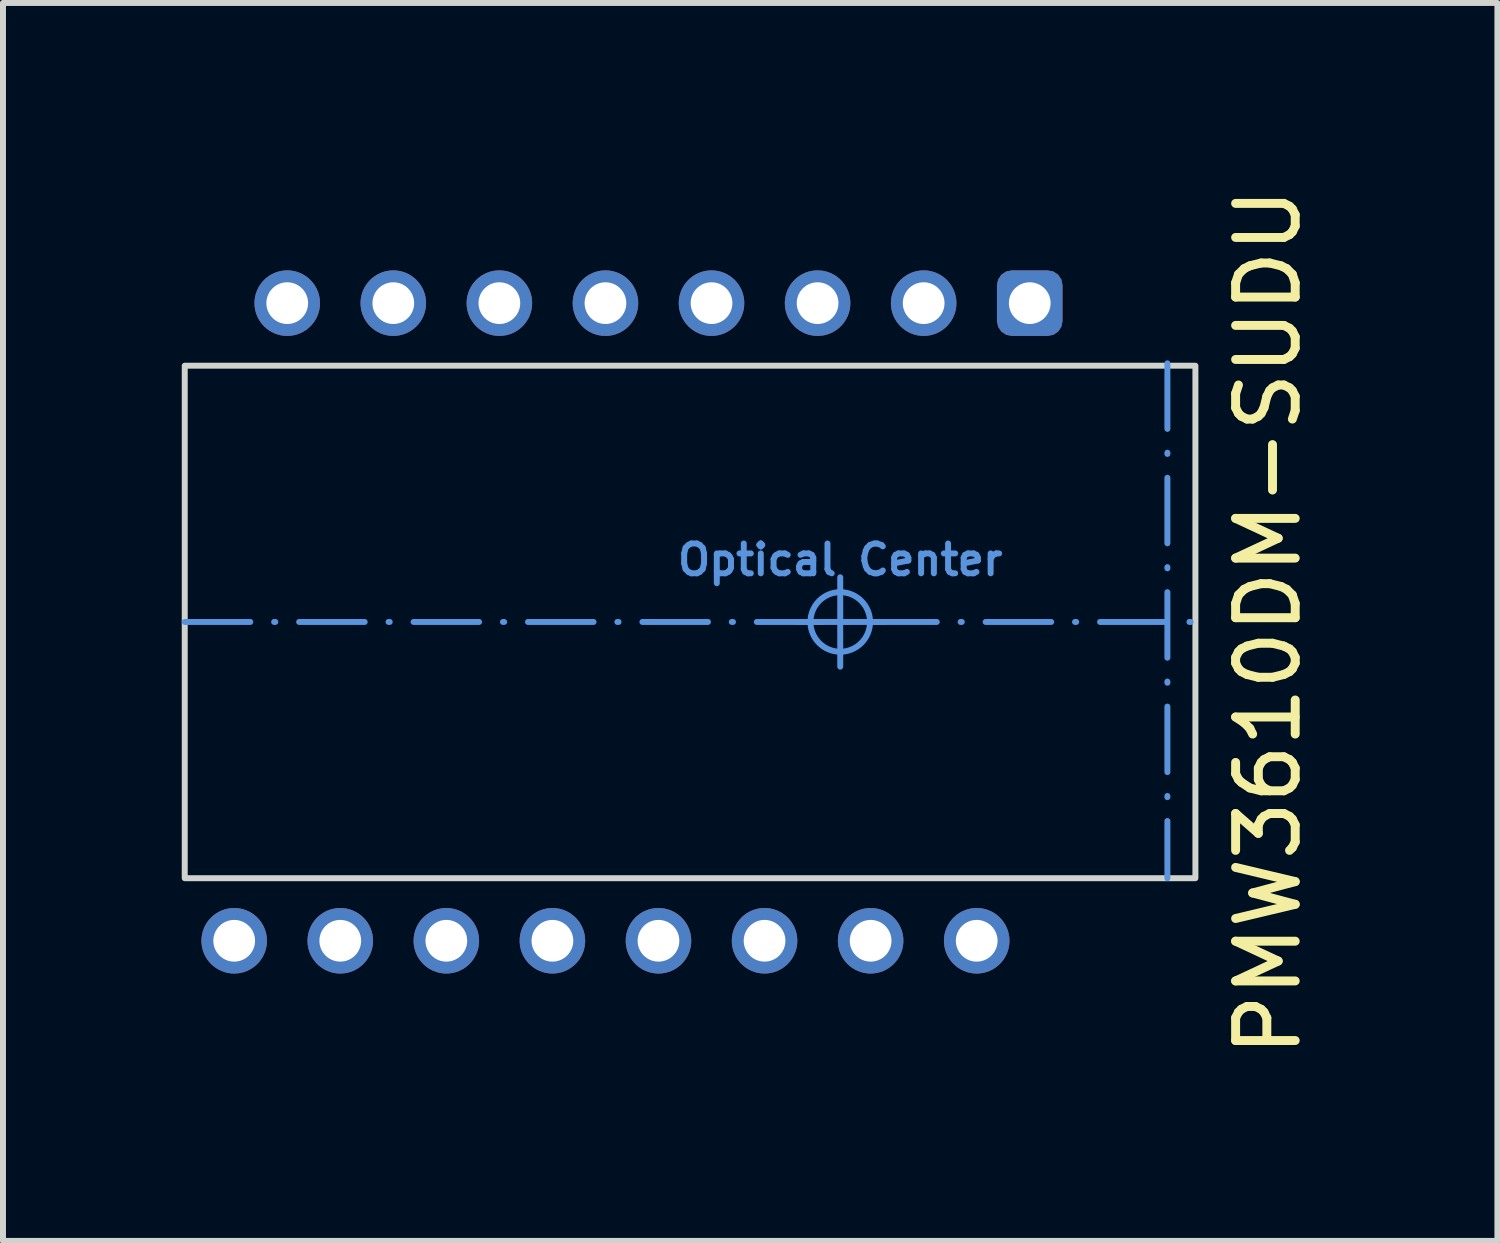
<source format=kicad_pcb>
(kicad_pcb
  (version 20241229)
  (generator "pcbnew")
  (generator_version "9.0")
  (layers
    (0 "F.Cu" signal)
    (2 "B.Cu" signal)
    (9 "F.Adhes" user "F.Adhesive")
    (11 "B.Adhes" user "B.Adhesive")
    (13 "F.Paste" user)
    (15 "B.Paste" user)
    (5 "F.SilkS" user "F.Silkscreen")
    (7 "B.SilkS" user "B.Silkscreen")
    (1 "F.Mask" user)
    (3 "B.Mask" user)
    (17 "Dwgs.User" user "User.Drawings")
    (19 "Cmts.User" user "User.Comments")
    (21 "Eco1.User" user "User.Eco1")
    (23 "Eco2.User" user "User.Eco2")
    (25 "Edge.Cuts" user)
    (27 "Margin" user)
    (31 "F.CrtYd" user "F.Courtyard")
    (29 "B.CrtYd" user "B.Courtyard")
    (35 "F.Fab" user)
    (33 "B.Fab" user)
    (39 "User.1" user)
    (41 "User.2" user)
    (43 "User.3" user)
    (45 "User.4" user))
  (footprint "PMW3610DM-SUDU"
    (layer "F.Cu")
    (at 14.23 2.037)
    (property "Reference" "PMW3610DM-SUDU" (at 4 5.35 270) (layer "F.SilkS") (effects (font (size 1 1) (thickness 0.15))))
    (attr through_hole)
    (fp_line (start -14.18 5.35) (end 2.78 5.35) (stroke (width 0.1) (type dash_dot)) (layer "Cmts.User"))
    (fp_line (start -3.93 5.35) (end -2.43 5.35) (stroke (width 0.1) (type default)) (layer "Cmts.User"))
    (fp_line (start -3.18 6.1) (end -3.18 4.6) (stroke (width 0.1) (type default)) (layer "Cmts.User"))
    (fp_line (start 2.31 1.01) (end 2.31 9.65) (stroke (width 0.1) (type dash_dot)) (layer "Cmts.User"))
    (fp_circle (center -3.18 5.35) (end -2.68 5.35) (stroke (width 0.1) (type solid)) (fill no) (layer "Cmts.User"))
    (fp_rect (start -14.18 1.05) (end 2.78 9.65) (stroke (width 0.1) (type default)) (fill no) (layer "Edge.Cuts"))
    (fp_text user "Optical Center" (at -3.18 4.6 0) (unlocked yes) (layer "Cmts.User") (effects (font (size 0.5 0.5) (thickness 0.1)) (justify bottom)))
    (pad "1" thru_hole roundrect (at 0 0 180) (size 1.1 1.1) (drill 0.7) (layers "*.Cu" "*.Mask") (roundrect_rratio 0.227))
    (pad "2" thru_hole circle (at -1.78 0 180) (size 1.1 1.1) (drill 0.7) (layers "*.Cu" "*.Mask"))
    (pad "3" thru_hole circle (at -3.56 0 180) (size 1.1 1.1) (drill 0.7) (layers "*.Cu" "*.Mask"))
    (pad "4" thru_hole circle (at -5.34 0 180) (size 1.1 1.1) (drill 0.7) (layers "*.Cu" "*.Mask"))
    (pad "5" thru_hole circle (at -7.12 0 180) (size 1.1 1.1) (drill 0.7) (layers "*.Cu" "*.Mask"))
    (pad "6" thru_hole circle (at -8.9 0 180) (size 1.1 1.1) (drill 0.7) (layers "*.Cu" "*.Mask"))
    (pad "7" thru_hole circle (at -10.68 0 180) (size 1.1 1.1) (drill 0.7) (layers "*.Cu" "*.Mask"))
    (pad "8" thru_hole circle (at -12.46 0 180) (size 1.1 1.1) (drill 0.7) (layers "*.Cu" "*.Mask"))
    (pad "9" thru_hole circle (at -13.35 10.7 180) (size 1.1 1.1) (drill 0.7) (layers "*.Cu" "*.Mask"))
    (pad "10" thru_hole circle (at -11.57 10.7 180) (size 1.1 1.1) (drill 0.7) (layers "*.Cu" "*.Mask"))
    (pad "11" thru_hole circle (at -9.79 10.7 180) (size 1.1 1.1) (drill 0.7) (layers "*.Cu" "*.Mask"))
    (pad "12" thru_hole circle (at -8.01 10.7 180) (size 1.1 1.1) (drill 0.7) (layers "*.Cu" "*.Mask"))
    (pad "13" thru_hole circle (at -6.23 10.7 180) (size 1.1 1.1) (drill 0.7) (layers "*.Cu" "*.Mask"))
    (pad "14" thru_hole circle (at -4.45 10.7 180) (size 1.1 1.1) (drill 0.7) (layers "*.Cu" "*.Mask"))
    (pad "15" thru_hole circle (at -2.67 10.7 180) (size 1.1 1.1) (drill 0.7) (layers "*.Cu" "*.Mask"))
    (pad "16" thru_hole circle (at -0.89 10.7 180) (size 1.1 1.1) (drill 0.7) (layers "*.Cu" "*.Mask"))
    (zone (net_name "") (layer "Edge.Cuts") (hatch edge 0.5) (connect_pads) (min_thickness 0.25) (filled_areas_thickness no) (keepout (tracks not_allowed) (vias not_allowed) (pads not_allowed) (copperpour not_allowed) (footprints not_allowed)) (placement (enabled no)) (fill) (polygon (pts (xy 0.05 3.087) (xy 0.05 11.687) (xy 17.01 11.687) (xy 17.01 3.087)))))
  (gr_rect
    (start -3 -3)
    (end 22.078 17.774)
    (stroke (width 0.1) (type default))
    (fill no)
    (layer "Edge.Cuts")))
</source>
